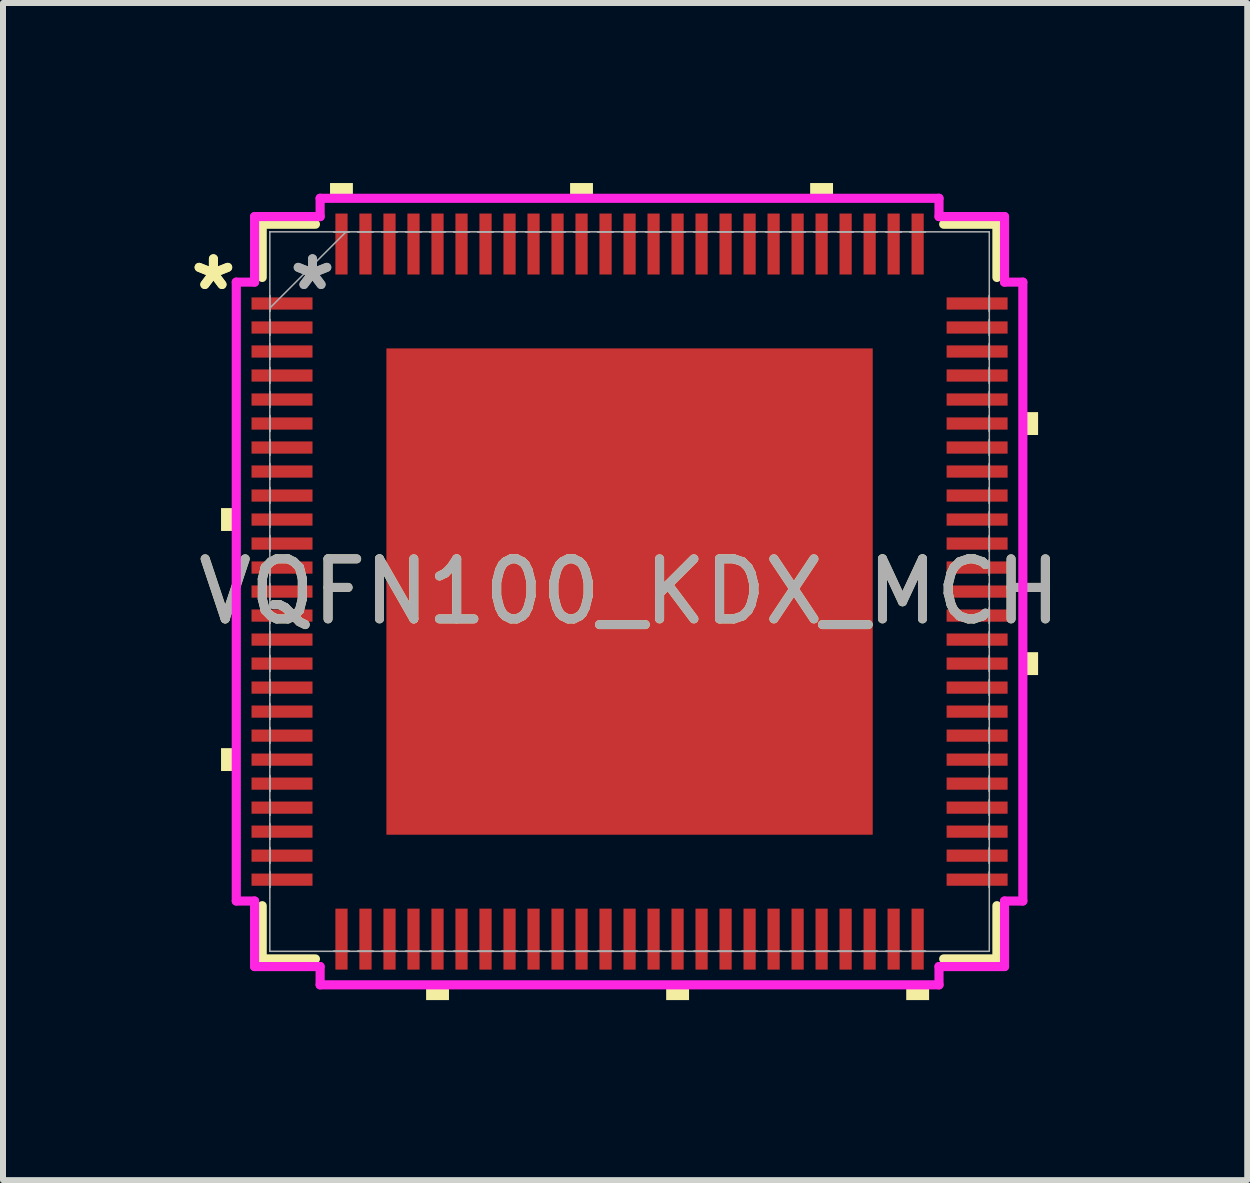
<source format=kicad_pcb>
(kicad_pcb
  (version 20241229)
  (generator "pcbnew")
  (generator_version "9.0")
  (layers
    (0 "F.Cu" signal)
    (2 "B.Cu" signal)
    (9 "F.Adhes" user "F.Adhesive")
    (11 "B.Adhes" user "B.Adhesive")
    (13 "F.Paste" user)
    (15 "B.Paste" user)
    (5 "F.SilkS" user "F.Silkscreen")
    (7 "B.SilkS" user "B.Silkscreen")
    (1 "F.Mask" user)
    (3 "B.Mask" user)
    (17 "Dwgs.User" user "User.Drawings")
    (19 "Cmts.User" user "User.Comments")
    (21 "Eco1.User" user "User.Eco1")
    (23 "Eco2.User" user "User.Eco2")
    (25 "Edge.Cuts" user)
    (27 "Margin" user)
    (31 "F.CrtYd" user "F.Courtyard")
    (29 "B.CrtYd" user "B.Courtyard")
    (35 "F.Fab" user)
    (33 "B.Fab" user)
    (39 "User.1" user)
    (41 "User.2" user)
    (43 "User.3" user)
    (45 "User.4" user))
  (footprint "VQFN100_KDX_MCH"
    (layer "F.Cu")
    (at 7.44 6.807)
    (property "Reference" "VQFN100_KDX_MCH" (at 0 0 0) (unlocked yes) (layer "F.SilkS") (effects (font (size 1 1) (thickness 0.15))))
    (attr smd)
    (fp_line (start -6.121 -6.121) (end -6.121 -5.234) (stroke (width 0.152) (type solid)) (layer "F.SilkS"))
    (fp_line (start -6.121 5.234) (end -6.121 6.121) (stroke (width 0.152) (type solid)) (layer "F.SilkS"))
    (fp_line (start -6.121 6.121) (end -5.234 6.121) (stroke (width 0.152) (type solid)) (layer "F.SilkS"))
    (fp_line (start -5.234 -6.121) (end -6.121 -6.121) (stroke (width 0.152) (type solid)) (layer "F.SilkS"))
    (fp_line (start 5.234 6.121) (end 6.121 6.121) (stroke (width 0.152) (type solid)) (layer "F.SilkS"))
    (fp_line (start 6.121 -6.121) (end 5.234 -6.121) (stroke (width 0.152) (type solid)) (layer "F.SilkS"))
    (fp_line (start 6.121 -5.234) (end 6.121 -6.121) (stroke (width 0.152) (type solid)) (layer "F.SilkS"))
    (fp_line (start 6.121 6.121) (end 6.121 5.234) (stroke (width 0.152) (type solid)) (layer "F.SilkS"))
    (fp_poly (pts (xy -6.807 -1.391) (xy -6.807 -1.01) (xy -6.553 -1.01) (xy -6.553 -1.391)) (stroke (width 0) (type solid)) (fill yes) (layer "F.SilkS"))
    (fp_poly (pts (xy -6.807 2.609) (xy -6.807 2.99) (xy -6.553 2.99) (xy -6.553 2.609)) (stroke (width 0) (type solid)) (fill yes) (layer "F.SilkS"))
    (fp_poly (pts (xy -4.991 -6.553) (xy -4.991 -6.807) (xy -4.61 -6.807) (xy -4.61 -6.553)) (stroke (width 0) (type solid)) (fill yes) (layer "F.SilkS"))
    (fp_poly (pts (xy -3.39 6.553) (xy -3.39 6.807) (xy -3.009 6.807) (xy -3.009 6.553)) (stroke (width 0) (type solid)) (fill yes) (layer "F.SilkS"))
    (fp_poly (pts (xy -0.991 -6.553) (xy -0.991 -6.807) (xy -0.61 -6.807) (xy -0.61 -6.553)) (stroke (width 0) (type solid)) (fill yes) (layer "F.SilkS"))
    (fp_poly (pts (xy 0.61 6.553) (xy 0.61 6.807) (xy 0.991 6.807) (xy 0.991 6.553)) (stroke (width 0) (type solid)) (fill yes) (layer "F.SilkS"))
    (fp_poly (pts (xy 3.009 -6.553) (xy 3.009 -6.807) (xy 3.39 -6.807) (xy 3.39 -6.553)) (stroke (width 0) (type solid)) (fill yes) (layer "F.SilkS"))
    (fp_poly (pts (xy 4.61 6.553) (xy 4.61 6.807) (xy 4.991 6.807) (xy 4.991 6.553)) (stroke (width 0) (type solid)) (fill yes) (layer "F.SilkS"))
    (fp_poly (pts (xy 6.807 -2.99) (xy 6.807 -2.609) (xy 6.553 -2.609) (xy 6.553 -2.99)) (stroke (width 0) (type solid)) (fill yes) (layer "F.SilkS"))
    (fp_poly (pts (xy 6.807 1.01) (xy 6.807 1.391) (xy 6.553 1.391) (xy 6.553 1.01)) (stroke (width 0) (type solid)) (fill yes) (layer "F.SilkS"))
    (fp_poly (pts (xy -3.951 -3.951) (xy -3.951 -2.801) (xy -2.801 -2.801) (xy -2.801 -3.951)) (stroke (width 0) (type solid)) (fill yes) (layer "F.Paste"))
    (fp_poly (pts (xy -3.951 -2.601) (xy -3.951 -1.45) (xy -2.801 -1.45) (xy -2.801 -2.601)) (stroke (width 0) (type solid)) (fill yes) (layer "F.Paste"))
    (fp_poly (pts (xy -3.951 -1.25) (xy -3.951 -0.1) (xy -2.801 -0.1) (xy -2.801 -1.25)) (stroke (width 0) (type solid)) (fill yes) (layer "F.Paste"))
    (fp_poly (pts (xy -3.951 0.1) (xy -3.951 1.25) (xy -2.801 1.25) (xy -2.801 0.1)) (stroke (width 0) (type solid)) (fill yes) (layer "F.Paste"))
    (fp_poly (pts (xy -3.951 1.45) (xy -3.951 2.601) (xy -2.801 2.601) (xy -2.801 1.45)) (stroke (width 0) (type solid)) (fill yes) (layer "F.Paste"))
    (fp_poly (pts (xy -3.951 2.801) (xy -3.951 3.951) (xy -2.801 3.951) (xy -2.801 2.801)) (stroke (width 0) (type solid)) (fill yes) (layer "F.Paste"))
    (fp_poly (pts (xy -2.601 -3.951) (xy -2.601 -2.801) (xy -1.45 -2.801) (xy -1.45 -3.951)) (stroke (width 0) (type solid)) (fill yes) (layer "F.Paste"))
    (fp_poly (pts (xy -2.601 -2.601) (xy -2.601 -1.45) (xy -1.45 -1.45) (xy -1.45 -2.601)) (stroke (width 0) (type solid)) (fill yes) (layer "F.Paste"))
    (fp_poly (pts (xy -2.601 -1.25) (xy -2.601 -0.1) (xy -1.45 -0.1) (xy -1.45 -1.25)) (stroke (width 0) (type solid)) (fill yes) (layer "F.Paste"))
    (fp_poly (pts (xy -2.601 0.1) (xy -2.601 1.25) (xy -1.45 1.25) (xy -1.45 0.1)) (stroke (width 0) (type solid)) (fill yes) (layer "F.Paste"))
    (fp_poly (pts (xy -2.601 1.45) (xy -2.601 2.601) (xy -1.45 2.601) (xy -1.45 1.45)) (stroke (width 0) (type solid)) (fill yes) (layer "F.Paste"))
    (fp_poly (pts (xy -2.601 2.801) (xy -2.601 3.951) (xy -1.45 3.951) (xy -1.45 2.801)) (stroke (width 0) (type solid)) (fill yes) (layer "F.Paste"))
    (fp_poly (pts (xy -1.25 -3.951) (xy -1.25 -2.801) (xy -0.1 -2.801) (xy -0.1 -3.951)) (stroke (width 0) (type solid)) (fill yes) (layer "F.Paste"))
    (fp_poly (pts (xy -1.25 -2.601) (xy -1.25 -1.45) (xy -0.1 -1.45) (xy -0.1 -2.601)) (stroke (width 0) (type solid)) (fill yes) (layer "F.Paste"))
    (fp_poly (pts (xy -1.25 -1.25) (xy -1.25 -0.1) (xy -0.1 -0.1) (xy -0.1 -1.25)) (stroke (width 0) (type solid)) (fill yes) (layer "F.Paste"))
    (fp_poly (pts (xy -1.25 0.1) (xy -1.25 1.25) (xy -0.1 1.25) (xy -0.1 0.1)) (stroke (width 0) (type solid)) (fill yes) (layer "F.Paste"))
    (fp_poly (pts (xy -1.25 1.45) (xy -1.25 2.601) (xy -0.1 2.601) (xy -0.1 1.45)) (stroke (width 0) (type solid)) (fill yes) (layer "F.Paste"))
    (fp_poly (pts (xy -1.25 2.801) (xy -1.25 3.951) (xy -0.1 3.951) (xy -0.1 2.801)) (stroke (width 0) (type solid)) (fill yes) (layer "F.Paste"))
    (fp_poly (pts (xy 0.1 -3.951) (xy 0.1 -2.801) (xy 1.25 -2.801) (xy 1.25 -3.951)) (stroke (width 0) (type solid)) (fill yes) (layer "F.Paste"))
    (fp_poly (pts (xy 0.1 -2.601) (xy 0.1 -1.45) (xy 1.25 -1.45) (xy 1.25 -2.601)) (stroke (width 0) (type solid)) (fill yes) (layer "F.Paste"))
    (fp_poly (pts (xy 0.1 -1.25) (xy 0.1 -0.1) (xy 1.25 -0.1) (xy 1.25 -1.25)) (stroke (width 0) (type solid)) (fill yes) (layer "F.Paste"))
    (fp_poly (pts (xy 0.1 0.1) (xy 0.1 1.25) (xy 1.25 1.25) (xy 1.25 0.1)) (stroke (width 0) (type solid)) (fill yes) (layer "F.Paste"))
    (fp_poly (pts (xy 0.1 1.45) (xy 0.1 2.601) (xy 1.25 2.601) (xy 1.25 1.45)) (stroke (width 0) (type solid)) (fill yes) (layer "F.Paste"))
    (fp_poly (pts (xy 0.1 2.801) (xy 0.1 3.951) (xy 1.25 3.951) (xy 1.25 2.801)) (stroke (width 0) (type solid)) (fill yes) (layer "F.Paste"))
    (fp_poly (pts (xy 1.45 -3.951) (xy 1.45 -2.801) (xy 2.601 -2.801) (xy 2.601 -3.951)) (stroke (width 0) (type solid)) (fill yes) (layer "F.Paste"))
    (fp_poly (pts (xy 1.45 -2.601) (xy 1.45 -1.45) (xy 2.601 -1.45) (xy 2.601 -2.601)) (stroke (width 0) (type solid)) (fill yes) (layer "F.Paste"))
    (fp_poly (pts (xy 1.45 -1.25) (xy 1.45 -0.1) (xy 2.601 -0.1) (xy 2.601 -1.25)) (stroke (width 0) (type solid)) (fill yes) (layer "F.Paste"))
    (fp_poly (pts (xy 1.45 0.1) (xy 1.45 1.25) (xy 2.601 1.25) (xy 2.601 0.1)) (stroke (width 0) (type solid)) (fill yes) (layer "F.Paste"))
    (fp_poly (pts (xy 1.45 1.45) (xy 1.45 2.601) (xy 2.601 2.601) (xy 2.601 1.45)) (stroke (width 0) (type solid)) (fill yes) (layer "F.Paste"))
    (fp_poly (pts (xy 1.45 2.801) (xy 1.45 3.951) (xy 2.601 3.951) (xy 2.601 2.801)) (stroke (width 0) (type solid)) (fill yes) (layer "F.Paste"))
    (fp_poly (pts (xy 2.801 -3.951) (xy 2.801 -2.801) (xy 3.951 -2.801) (xy 3.951 -3.951)) (stroke (width 0) (type solid)) (fill yes) (layer "F.Paste"))
    (fp_poly (pts (xy 2.801 -2.601) (xy 2.801 -1.45) (xy 3.951 -1.45) (xy 3.951 -2.601)) (stroke (width 0) (type solid)) (fill yes) (layer "F.Paste"))
    (fp_poly (pts (xy 2.801 -1.25) (xy 2.801 -0.1) (xy 3.951 -0.1) (xy 3.951 -1.25)) (stroke (width 0) (type solid)) (fill yes) (layer "F.Paste"))
    (fp_poly (pts (xy 2.801 0.1) (xy 2.801 1.25) (xy 3.951 1.25) (xy 3.951 0.1)) (stroke (width 0) (type solid)) (fill yes) (layer "F.Paste"))
    (fp_poly (pts (xy 2.801 1.45) (xy 2.801 2.601) (xy 3.951 2.601) (xy 3.951 1.45)) (stroke (width 0) (type solid)) (fill yes) (layer "F.Paste"))
    (fp_poly (pts (xy 2.801 2.801) (xy 2.801 3.951) (xy 3.951 3.951) (xy 3.951 2.801)) (stroke (width 0) (type solid)) (fill yes) (layer "F.Paste"))
    (fp_line (start -6.553 -5.156) (end -6.248 -5.156) (stroke (width 0.152) (type solid)) (layer "F.CrtYd"))
    (fp_line (start -6.553 5.156) (end -6.553 -5.156) (stroke (width 0.152) (type solid)) (layer "F.CrtYd"))
    (fp_line (start -6.248 -6.248) (end -5.156 -6.248) (stroke (width 0.152) (type solid)) (layer "F.CrtYd"))
    (fp_line (start -6.248 -5.156) (end -6.248 -6.248) (stroke (width 0.152) (type solid)) (layer "F.CrtYd"))
    (fp_line (start -6.248 5.156) (end -6.553 5.156) (stroke (width 0.152) (type solid)) (layer "F.CrtYd"))
    (fp_line (start -6.248 6.248) (end -6.248 5.156) (stroke (width 0.152) (type solid)) (layer "F.CrtYd"))
    (fp_line (start -5.156 -6.553) (end 5.156 -6.553) (stroke (width 0.152) (type solid)) (layer "F.CrtYd"))
    (fp_line (start -5.156 -6.248) (end -5.156 -6.553) (stroke (width 0.152) (type solid)) (layer "F.CrtYd"))
    (fp_line (start -5.156 6.248) (end -6.248 6.248) (stroke (width 0.152) (type solid)) (layer "F.CrtYd"))
    (fp_line (start -5.156 6.553) (end -5.156 6.248) (stroke (width 0.152) (type solid)) (layer "F.CrtYd"))
    (fp_line (start 5.156 -6.553) (end 5.156 -6.248) (stroke (width 0.152) (type solid)) (layer "F.CrtYd"))
    (fp_line (start 5.156 -6.248) (end 6.248 -6.248) (stroke (width 0.152) (type solid)) (layer "F.CrtYd"))
    (fp_line (start 5.156 6.248) (end 5.156 6.553) (stroke (width 0.152) (type solid)) (layer "F.CrtYd"))
    (fp_line (start 5.156 6.553) (end -5.156 6.553) (stroke (width 0.152) (type solid)) (layer "F.CrtYd"))
    (fp_line (start 6.248 -6.248) (end 6.248 -5.156) (stroke (width 0.152) (type solid)) (layer "F.CrtYd"))
    (fp_line (start 6.248 -5.156) (end 6.553 -5.156) (stroke (width 0.152) (type solid)) (layer "F.CrtYd"))
    (fp_line (start 6.248 5.156) (end 6.248 6.248) (stroke (width 0.152) (type solid)) (layer "F.CrtYd"))
    (fp_line (start 6.248 6.248) (end 5.156 6.248) (stroke (width 0.152) (type solid)) (layer "F.CrtYd"))
    (fp_line (start 6.553 -5.156) (end 6.553 5.156) (stroke (width 0.152) (type solid)) (layer "F.CrtYd"))
    (fp_line (start 6.553 5.156) (end 6.248 5.156) (stroke (width 0.152) (type solid)) (layer "F.CrtYd"))
    (fp_line (start -5.994 -5.994) (end -5.994 -5.994) (stroke (width 0.025) (type solid)) (layer "F.Fab"))
    (fp_line (start -5.994 -5.994) (end -5.994 5.994) (stroke (width 0.025) (type solid)) (layer "F.Fab"))
    (fp_line (start -5.994 -4.927) (end -5.994 -4.927) (stroke (width 0.025) (type solid)) (layer "F.Fab"))
    (fp_line (start -5.994 -4.927) (end -5.994 -4.673) (stroke (width 0.025) (type solid)) (layer "F.Fab"))
    (fp_line (start -5.994 -4.724) (end -4.724 -5.994) (stroke (width 0.025) (type solid)) (layer "F.Fab"))
    (fp_line (start -5.994 -4.673) (end -5.994 -4.927) (stroke (width 0.025) (type solid)) (layer "F.Fab"))
    (fp_line (start -5.994 -4.673) (end -5.994 -4.673) (stroke (width 0.025) (type solid)) (layer "F.Fab"))
    (fp_line (start -5.994 -4.527) (end -5.994 -4.527) (stroke (width 0.025) (type solid)) (layer "F.Fab"))
    (fp_line (start -5.994 -4.527) (end -5.994 -4.273) (stroke (width 0.025) (type solid)) (layer "F.Fab"))
    (fp_line (start -5.994 -4.273) (end -5.994 -4.527) (stroke (width 0.025) (type solid)) (layer "F.Fab"))
    (fp_line (start -5.994 -4.273) (end -5.994 -4.273) (stroke (width 0.025) (type solid)) (layer "F.Fab"))
    (fp_line (start -5.994 -4.127) (end -5.994 -4.127) (stroke (width 0.025) (type solid)) (layer "F.Fab"))
    (fp_line (start -5.994 -4.127) (end -5.994 -3.873) (stroke (width 0.025) (type solid)) (layer "F.Fab"))
    (fp_line (start -5.994 -3.873) (end -5.994 -4.127) (stroke (width 0.025) (type solid)) (layer "F.Fab"))
    (fp_line (start -5.994 -3.873) (end -5.994 -3.873) (stroke (width 0.025) (type solid)) (layer "F.Fab"))
    (fp_line (start -5.994 -3.727) (end -5.994 -3.727) (stroke (width 0.025) (type solid)) (layer "F.Fab"))
    (fp_line (start -5.994 -3.727) (end -5.994 -3.473) (stroke (width 0.025) (type solid)) (layer "F.Fab"))
    (fp_line (start -5.994 -3.473) (end -5.994 -3.727) (stroke (width 0.025) (type solid)) (layer "F.Fab"))
    (fp_line (start -5.994 -3.473) (end -5.994 -3.473) (stroke (width 0.025) (type solid)) (layer "F.Fab"))
    (fp_line (start -5.994 -3.327) (end -5.994 -3.327) (stroke (width 0.025) (type solid)) (layer "F.Fab"))
    (fp_line (start -5.994 -3.327) (end -5.994 -3.073) (stroke (width 0.025) (type solid)) (layer "F.Fab"))
    (fp_line (start -5.994 -3.073) (end -5.994 -3.327) (stroke (width 0.025) (type solid)) (layer "F.Fab"))
    (fp_line (start -5.994 -3.073) (end -5.994 -3.073) (stroke (width 0.025) (type solid)) (layer "F.Fab"))
    (fp_line (start -5.994 -2.927) (end -5.994 -2.927) (stroke (width 0.025) (type solid)) (layer "F.Fab"))
    (fp_line (start -5.994 -2.927) (end -5.994 -2.673) (stroke (width 0.025) (type solid)) (layer "F.Fab"))
    (fp_line (start -5.994 -2.673) (end -5.994 -2.927) (stroke (width 0.025) (type solid)) (layer "F.Fab"))
    (fp_line (start -5.994 -2.673) (end -5.994 -2.673) (stroke (width 0.025) (type solid)) (layer "F.Fab"))
    (fp_line (start -5.994 -2.527) (end -5.994 -2.527) (stroke (width 0.025) (type solid)) (layer "F.Fab"))
    (fp_line (start -5.994 -2.527) (end -5.994 -2.273) (stroke (width 0.025) (type solid)) (layer "F.Fab"))
    (fp_line (start -5.994 -2.273) (end -5.994 -2.527) (stroke (width 0.025) (type solid)) (layer "F.Fab"))
    (fp_line (start -5.994 -2.273) (end -5.994 -2.273) (stroke (width 0.025) (type solid)) (layer "F.Fab"))
    (fp_line (start -5.994 -2.127) (end -5.994 -2.127) (stroke (width 0.025) (type solid)) (layer "F.Fab"))
    (fp_line (start -5.994 -2.127) (end -5.994 -1.873) (stroke (width 0.025) (type solid)) (layer "F.Fab"))
    (fp_line (start -5.994 -1.873) (end -5.994 -2.127) (stroke (width 0.025) (type solid)) (layer "F.Fab"))
    (fp_line (start -5.994 -1.873) (end -5.994 -1.873) (stroke (width 0.025) (type solid)) (layer "F.Fab"))
    (fp_line (start -5.994 -1.727) (end -5.994 -1.727) (stroke (width 0.025) (type solid)) (layer "F.Fab"))
    (fp_line (start -5.994 -1.727) (end -5.994 -1.473) (stroke (width 0.025) (type solid)) (layer "F.Fab"))
    (fp_line (start -5.994 -1.473) (end -5.994 -1.727) (stroke (width 0.025) (type solid)) (layer "F.Fab"))
    (fp_line (start -5.994 -1.473) (end -5.994 -1.473) (stroke (width 0.025) (type solid)) (layer "F.Fab"))
    (fp_line (start -5.994 -1.327) (end -5.994 -1.327) (stroke (width 0.025) (type solid)) (layer "F.Fab"))
    (fp_line (start -5.994 -1.327) (end -5.994 -1.073) (stroke (width 0.025) (type solid)) (layer "F.Fab"))
    (fp_line (start -5.994 -1.073) (end -5.994 -1.327) (stroke (width 0.025) (type solid)) (layer "F.Fab"))
    (fp_line (start -5.994 -1.073) (end -5.994 -1.073) (stroke (width 0.025) (type solid)) (layer "F.Fab"))
    (fp_line (start -5.994 -0.927) (end -5.994 -0.927) (stroke (width 0.025) (type solid)) (layer "F.Fab"))
    (fp_line (start -5.994 -0.927) (end -5.994 -0.673) (stroke (width 0.025) (type solid)) (layer "F.Fab"))
    (fp_line (start -5.994 -0.673) (end -5.994 -0.927) (stroke (width 0.025) (type solid)) (layer "F.Fab"))
    (fp_line (start -5.994 -0.673) (end -5.994 -0.673) (stroke (width 0.025) (type solid)) (layer "F.Fab"))
    (fp_line (start -5.994 -0.527) (end -5.994 -0.527) (stroke (width 0.025) (type solid)) (layer "F.Fab"))
    (fp_line (start -5.994 -0.527) (end -5.994 -0.273) (stroke (width 0.025) (type solid)) (layer "F.Fab"))
    (fp_line (start -5.994 -0.273) (end -5.994 -0.527) (stroke (width 0.025) (type solid)) (layer "F.Fab"))
    (fp_line (start -5.994 -0.273) (end -5.994 -0.273) (stroke (width 0.025) (type solid)) (layer "F.Fab"))
    (fp_line (start -5.994 -0.127) (end -5.994 -0.127) (stroke (width 0.025) (type solid)) (layer "F.Fab"))
    (fp_line (start -5.994 -0.127) (end -5.994 0.127) (stroke (width 0.025) (type solid)) (layer "F.Fab"))
    (fp_line (start -5.994 0.127) (end -5.994 -0.127) (stroke (width 0.025) (type solid)) (layer "F.Fab"))
    (fp_line (start -5.994 0.127) (end -5.994 0.127) (stroke (width 0.025) (type solid)) (layer "F.Fab"))
    (fp_line (start -5.994 0.273) (end -5.994 0.273) (stroke (width 0.025) (type solid)) (layer "F.Fab"))
    (fp_line (start -5.994 0.273) (end -5.994 0.527) (stroke (width 0.025) (type solid)) (layer "F.Fab"))
    (fp_line (start -5.994 0.527) (end -5.994 0.273) (stroke (width 0.025) (type solid)) (layer "F.Fab"))
    (fp_line (start -5.994 0.527) (end -5.994 0.527) (stroke (width 0.025) (type solid)) (layer "F.Fab"))
    (fp_line (start -5.994 0.673) (end -5.994 0.673) (stroke (width 0.025) (type solid)) (layer "F.Fab"))
    (fp_line (start -5.994 0.673) (end -5.994 0.927) (stroke (width 0.025) (type solid)) (layer "F.Fab"))
    (fp_line (start -5.994 0.927) (end -5.994 0.673) (stroke (width 0.025) (type solid)) (layer "F.Fab"))
    (fp_line (start -5.994 0.927) (end -5.994 0.927) (stroke (width 0.025) (type solid)) (layer "F.Fab"))
    (fp_line (start -5.994 1.073) (end -5.994 1.073) (stroke (width 0.025) (type solid)) (layer "F.Fab"))
    (fp_line (start -5.994 1.073) (end -5.994 1.327) (stroke (width 0.025) (type solid)) (layer "F.Fab"))
    (fp_line (start -5.994 1.327) (end -5.994 1.073) (stroke (width 0.025) (type solid)) (layer "F.Fab"))
    (fp_line (start -5.994 1.327) (end -5.994 1.327) (stroke (width 0.025) (type solid)) (layer "F.Fab"))
    (fp_line (start -5.994 1.473) (end -5.994 1.473) (stroke (width 0.025) (type solid)) (layer "F.Fab"))
    (fp_line (start -5.994 1.473) (end -5.994 1.727) (stroke (width 0.025) (type solid)) (layer "F.Fab"))
    (fp_line (start -5.994 1.727) (end -5.994 1.473) (stroke (width 0.025) (type solid)) (layer "F.Fab"))
    (fp_line (start -5.994 1.727) (end -5.994 1.727) (stroke (width 0.025) (type solid)) (layer "F.Fab"))
    (fp_line (start -5.994 1.873) (end -5.994 1.873) (stroke (width 0.025) (type solid)) (layer "F.Fab"))
    (fp_line (start -5.994 1.873) (end -5.994 2.127) (stroke (width 0.025) (type solid)) (layer "F.Fab"))
    (fp_line (start -5.994 2.127) (end -5.994 1.873) (stroke (width 0.025) (type solid)) (layer "F.Fab"))
    (fp_line (start -5.994 2.127) (end -5.994 2.127) (stroke (width 0.025) (type solid)) (layer "F.Fab"))
    (fp_line (start -5.994 2.273) (end -5.994 2.273) (stroke (width 0.025) (type solid)) (layer "F.Fab"))
    (fp_line (start -5.994 2.273) (end -5.994 2.527) (stroke (width 0.025) (type solid)) (layer "F.Fab"))
    (fp_line (start -5.994 2.527) (end -5.994 2.273) (stroke (width 0.025) (type solid)) (layer "F.Fab"))
    (fp_line (start -5.994 2.527) (end -5.994 2.527) (stroke (width 0.025) (type solid)) (layer "F.Fab"))
    (fp_line (start -5.994 2.673) (end -5.994 2.673) (stroke (width 0.025) (type solid)) (layer "F.Fab"))
    (fp_line (start -5.994 2.673) (end -5.994 2.927) (stroke (width 0.025) (type solid)) (layer "F.Fab"))
    (fp_line (start -5.994 2.927) (end -5.994 2.673) (stroke (width 0.025) (type solid)) (layer "F.Fab"))
    (fp_line (start -5.994 2.927) (end -5.994 2.927) (stroke (width 0.025) (type solid)) (layer "F.Fab"))
    (fp_line (start -5.994 3.073) (end -5.994 3.073) (stroke (width 0.025) (type solid)) (layer "F.Fab"))
    (fp_line (start -5.994 3.073) (end -5.994 3.327) (stroke (width 0.025) (type solid)) (layer "F.Fab"))
    (fp_line (start -5.994 3.327) (end -5.994 3.073) (stroke (width 0.025) (type solid)) (layer "F.Fab"))
    (fp_line (start -5.994 3.327) (end -5.994 3.327) (stroke (width 0.025) (type solid)) (layer "F.Fab"))
    (fp_line (start -5.994 3.473) (end -5.994 3.473) (stroke (width 0.025) (type solid)) (layer "F.Fab"))
    (fp_line (start -5.994 3.473) (end -5.994 3.727) (stroke (width 0.025) (type solid)) (layer "F.Fab"))
    (fp_line (start -5.994 3.727) (end -5.994 3.473) (stroke (width 0.025) (type solid)) (layer "F.Fab"))
    (fp_line (start -5.994 3.727) (end -5.994 3.727) (stroke (width 0.025) (type solid)) (layer "F.Fab"))
    (fp_line (start -5.994 3.873) (end -5.994 3.873) (stroke (width 0.025) (type solid)) (layer "F.Fab"))
    (fp_line (start -5.994 3.873) (end -5.994 4.127) (stroke (width 0.025) (type solid)) (layer "F.Fab"))
    (fp_line (start -5.994 4.127) (end -5.994 3.873) (stroke (width 0.025) (type solid)) (layer "F.Fab"))
    (fp_line (start -5.994 4.127) (end -5.994 4.127) (stroke (width 0.025) (type solid)) (layer "F.Fab"))
    (fp_line (start -5.994 4.273) (end -5.994 4.273) (stroke (width 0.025) (type solid)) (layer "F.Fab"))
    (fp_line (start -5.994 4.273) (end -5.994 4.527) (stroke (width 0.025) (type solid)) (layer "F.Fab"))
    (fp_line (start -5.994 4.527) (end -5.994 4.273) (stroke (width 0.025) (type solid)) (layer "F.Fab"))
    (fp_line (start -5.994 4.527) (end -5.994 4.527) (stroke (width 0.025) (type solid)) (layer "F.Fab"))
    (fp_line (start -5.994 4.673) (end -5.994 4.673) (stroke (width 0.025) (type solid)) (layer "F.Fab"))
    (fp_line (start -5.994 4.673) (end -5.994 4.927) (stroke (width 0.025) (type solid)) (layer "F.Fab"))
    (fp_line (start -5.994 4.927) (end -5.994 4.673) (stroke (width 0.025) (type solid)) (layer "F.Fab"))
    (fp_line (start -5.994 4.927) (end -5.994 4.927) (stroke (width 0.025) (type solid)) (layer "F.Fab"))
    (fp_line (start -5.994 5.994) (end -5.994 5.994) (stroke (width 0.025) (type solid)) (layer "F.Fab"))
    (fp_line (start -5.994 5.994) (end 5.994 5.994) (stroke (width 0.025) (type solid)) (layer "F.Fab"))
    (fp_line (start -4.927 5.994) (end -4.927 5.994) (stroke (width 0.025) (type solid)) (layer "F.Fab"))
    (fp_line (start -4.927 5.994) (end -4.673 5.994) (stroke (width 0.025) (type solid)) (layer "F.Fab"))
    (fp_line (start -4.927 -5.994) (end -4.927 -5.994) (stroke (width 0.025) (type solid)) (layer "F.Fab"))
    (fp_line (start -4.927 -5.994) (end -4.673 -5.994) (stroke (width 0.025) (type solid)) (layer "F.Fab"))
    (fp_line (start -4.673 5.994) (end -4.927 5.994) (stroke (width 0.025) (type solid)) (layer "F.Fab"))
    (fp_line (start -4.673 5.994) (end -4.673 5.994) (stroke (width 0.025) (type solid)) (layer "F.Fab"))
    (fp_line (start -4.673 -5.994) (end -4.927 -5.994) (stroke (width 0.025) (type solid)) (layer "F.Fab"))
    (fp_line (start -4.673 -5.994) (end -4.673 -5.994) (stroke (width 0.025) (type solid)) (layer "F.Fab"))
    (fp_line (start -4.527 5.994) (end -4.527 5.994) (stroke (width 0.025) (type solid)) (layer "F.Fab"))
    (fp_line (start -4.527 5.994) (end -4.273 5.994) (stroke (width 0.025) (type solid)) (layer "F.Fab"))
    (fp_line (start -4.527 -5.994) (end -4.527 -5.994) (stroke (width 0.025) (type solid)) (layer "F.Fab"))
    (fp_line (start -4.527 -5.994) (end -4.273 -5.994) (stroke (width 0.025) (type solid)) (layer "F.Fab"))
    (fp_line (start -4.273 5.994) (end -4.527 5.994) (stroke (width 0.025) (type solid)) (layer "F.Fab"))
    (fp_line (start -4.273 5.994) (end -4.273 5.994) (stroke (width 0.025) (type solid)) (layer "F.Fab"))
    (fp_line (start -4.273 -5.994) (end -4.527 -5.994) (stroke (width 0.025) (type solid)) (layer "F.Fab"))
    (fp_line (start -4.273 -5.994) (end -4.273 -5.994) (stroke (width 0.025) (type solid)) (layer "F.Fab"))
    (fp_line (start -4.127 5.994) (end -4.127 5.994) (stroke (width 0.025) (type solid)) (layer "F.Fab"))
    (fp_line (start -4.127 5.994) (end -3.873 5.994) (stroke (width 0.025) (type solid)) (layer "F.Fab"))
    (fp_line (start -4.127 -5.994) (end -4.127 -5.994) (stroke (width 0.025) (type solid)) (layer "F.Fab"))
    (fp_line (start -4.127 -5.994) (end -3.873 -5.994) (stroke (width 0.025) (type solid)) (layer "F.Fab"))
    (fp_line (start -3.873 5.994) (end -4.127 5.994) (stroke (width 0.025) (type solid)) (layer "F.Fab"))
    (fp_line (start -3.873 5.994) (end -3.873 5.994) (stroke (width 0.025) (type solid)) (layer "F.Fab"))
    (fp_line (start -3.873 -5.994) (end -4.127 -5.994) (stroke (width 0.025) (type solid)) (layer "F.Fab"))
    (fp_line (start -3.873 -5.994) (end -3.873 -5.994) (stroke (width 0.025) (type solid)) (layer "F.Fab"))
    (fp_line (start -3.727 5.994) (end -3.727 5.994) (stroke (width 0.025) (type solid)) (layer "F.Fab"))
    (fp_line (start -3.727 5.994) (end -3.473 5.994) (stroke (width 0.025) (type solid)) (layer "F.Fab"))
    (fp_line (start -3.727 -5.994) (end -3.727 -5.994) (stroke (width 0.025) (type solid)) (layer "F.Fab"))
    (fp_line (start -3.727 -5.994) (end -3.473 -5.994) (stroke (width 0.025) (type solid)) (layer "F.Fab"))
    (fp_line (start -3.473 5.994) (end -3.727 5.994) (stroke (width 0.025) (type solid)) (layer "F.Fab"))
    (fp_line (start -3.473 5.994) (end -3.473 5.994) (stroke (width 0.025) (type solid)) (layer "F.Fab"))
    (fp_line (start -3.473 -5.994) (end -3.727 -5.994) (stroke (width 0.025) (type solid)) (layer "F.Fab"))
    (fp_line (start -3.473 -5.994) (end -3.473 -5.994) (stroke (width 0.025) (type solid)) (layer "F.Fab"))
    (fp_line (start -3.327 5.994) (end -3.327 5.994) (stroke (width 0.025) (type solid)) (layer "F.Fab"))
    (fp_line (start -3.327 5.994) (end -3.073 5.994) (stroke (width 0.025) (type solid)) (layer "F.Fab"))
    (fp_line (start -3.327 -5.994) (end -3.327 -5.994) (stroke (width 0.025) (type solid)) (layer "F.Fab"))
    (fp_line (start -3.327 -5.994) (end -3.073 -5.994) (stroke (width 0.025) (type solid)) (layer "F.Fab"))
    (fp_line (start -3.073 5.994) (end -3.327 5.994) (stroke (width 0.025) (type solid)) (layer "F.Fab"))
    (fp_line (start -3.073 5.994) (end -3.073 5.994) (stroke (width 0.025) (type solid)) (layer "F.Fab"))
    (fp_line (start -3.073 -5.994) (end -3.327 -5.994) (stroke (width 0.025) (type solid)) (layer "F.Fab"))
    (fp_line (start -3.073 -5.994) (end -3.073 -5.994) (stroke (width 0.025) (type solid)) (layer "F.Fab"))
    (fp_line (start -2.927 5.994) (end -2.927 5.994) (stroke (width 0.025) (type solid)) (layer "F.Fab"))
    (fp_line (start -2.927 5.994) (end -2.673 5.994) (stroke (width 0.025) (type solid)) (layer "F.Fab"))
    (fp_line (start -2.927 -5.994) (end -2.927 -5.994) (stroke (width 0.025) (type solid)) (layer "F.Fab"))
    (fp_line (start -2.927 -5.994) (end -2.673 -5.994) (stroke (width 0.025) (type solid)) (layer "F.Fab"))
    (fp_line (start -2.673 5.994) (end -2.927 5.994) (stroke (width 0.025) (type solid)) (layer "F.Fab"))
    (fp_line (start -2.673 5.994) (end -2.673 5.994) (stroke (width 0.025) (type solid)) (layer "F.Fab"))
    (fp_line (start -2.673 -5.994) (end -2.927 -5.994) (stroke (width 0.025) (type solid)) (layer "F.Fab"))
    (fp_line (start -2.673 -5.994) (end -2.673 -5.994) (stroke (width 0.025) (type solid)) (layer "F.Fab"))
    (fp_line (start -2.527 -5.994) (end -2.527 -5.994) (stroke (width 0.025) (type solid)) (layer "F.Fab"))
    (fp_line (start -2.527 -5.994) (end -2.273 -5.994) (stroke (width 0.025) (type solid)) (layer "F.Fab"))
    (fp_line (start -2.527 5.994) (end -2.527 5.994) (stroke (width 0.025) (type solid)) (layer "F.Fab"))
    (fp_line (start -2.527 5.994) (end -2.273 5.994) (stroke (width 0.025) (type solid)) (layer "F.Fab"))
    (fp_line (start -2.273 -5.994) (end -2.527 -5.994) (stroke (width 0.025) (type solid)) (layer "F.Fab"))
    (fp_line (start -2.273 -5.994) (end -2.273 -5.994) (stroke (width 0.025) (type solid)) (layer "F.Fab"))
    (fp_line (start -2.273 5.994) (end -2.527 5.994) (stroke (width 0.025) (type solid)) (layer "F.Fab"))
    (fp_line (start -2.273 5.994) (end -2.273 5.994) (stroke (width 0.025) (type solid)) (layer "F.Fab"))
    (fp_line (start -2.127 -5.994) (end -2.127 -5.994) (stroke (width 0.025) (type solid)) (layer "F.Fab"))
    (fp_line (start -2.127 -5.994) (end -1.873 -5.994) (stroke (width 0.025) (type solid)) (layer "F.Fab"))
    (fp_line (start -2.127 5.994) (end -2.127 5.994) (stroke (width 0.025) (type solid)) (layer "F.Fab"))
    (fp_line (start -2.127 5.994) (end -1.873 5.994) (stroke (width 0.025) (type solid)) (layer "F.Fab"))
    (fp_line (start -1.873 -5.994) (end -2.127 -5.994) (stroke (width 0.025) (type solid)) (layer "F.Fab"))
    (fp_line (start -1.873 -5.994) (end -1.873 -5.994) (stroke (width 0.025) (type solid)) (layer "F.Fab"))
    (fp_line (start -1.873 5.994) (end -2.127 5.994) (stroke (width 0.025) (type solid)) (layer "F.Fab"))
    (fp_line (start -1.873 5.994) (end -1.873 5.994) (stroke (width 0.025) (type solid)) (layer "F.Fab"))
    (fp_line (start -1.727 -5.994) (end -1.727 -5.994) (stroke (width 0.025) (type solid)) (layer "F.Fab"))
    (fp_line (start -1.727 -5.994) (end -1.473 -5.994) (stroke (width 0.025) (type solid)) (layer "F.Fab"))
    (fp_line (start -1.727 5.994) (end -1.727 5.994) (stroke (width 0.025) (type solid)) (layer "F.Fab"))
    (fp_line (start -1.727 5.994) (end -1.473 5.994) (stroke (width 0.025) (type solid)) (layer "F.Fab"))
    (fp_line (start -1.473 -5.994) (end -1.727 -5.994) (stroke (width 0.025) (type solid)) (layer "F.Fab"))
    (fp_line (start -1.473 -5.994) (end -1.473 -5.994) (stroke (width 0.025) (type solid)) (layer "F.Fab"))
    (fp_line (start -1.473 5.994) (end -1.727 5.994) (stroke (width 0.025) (type solid)) (layer "F.Fab"))
    (fp_line (start -1.473 5.994) (end -1.473 5.994) (stroke (width 0.025) (type solid)) (layer "F.Fab"))
    (fp_line (start -1.327 -5.994) (end -1.327 -5.994) (stroke (width 0.025) (type solid)) (layer "F.Fab"))
    (fp_line (start -1.327 -5.994) (end -1.073 -5.994) (stroke (width 0.025) (type solid)) (layer "F.Fab"))
    (fp_line (start -1.327 5.994) (end -1.327 5.994) (stroke (width 0.025) (type solid)) (layer "F.Fab"))
    (fp_line (start -1.327 5.994) (end -1.073 5.994) (stroke (width 0.025) (type solid)) (layer "F.Fab"))
    (fp_line (start -1.073 -5.994) (end -1.327 -5.994) (stroke (width 0.025) (type solid)) (layer "F.Fab"))
    (fp_line (start -1.073 -5.994) (end -1.073 -5.994) (stroke (width 0.025) (type solid)) (layer "F.Fab"))
    (fp_line (start -1.073 5.994) (end -1.327 5.994) (stroke (width 0.025) (type solid)) (layer "F.Fab"))
    (fp_line (start -1.073 5.994) (end -1.073 5.994) (stroke (width 0.025) (type solid)) (layer "F.Fab"))
    (fp_line (start -0.927 -5.994) (end -0.927 -5.994) (stroke (width 0.025) (type solid)) (layer "F.Fab"))
    (fp_line (start -0.927 -5.994) (end -0.673 -5.994) (stroke (width 0.025) (type solid)) (layer "F.Fab"))
    (fp_line (start -0.927 5.994) (end -0.927 5.994) (stroke (width 0.025) (type solid)) (layer "F.Fab"))
    (fp_line (start -0.927 5.994) (end -0.673 5.994) (stroke (width 0.025) (type solid)) (layer "F.Fab"))
    (fp_line (start -0.673 -5.994) (end -0.927 -5.994) (stroke (width 0.025) (type solid)) (layer "F.Fab"))
    (fp_line (start -0.673 -5.994) (end -0.673 -5.994) (stroke (width 0.025) (type solid)) (layer "F.Fab"))
    (fp_line (start -0.673 5.994) (end -0.927 5.994) (stroke (width 0.025) (type solid)) (layer "F.Fab"))
    (fp_line (start -0.673 5.994) (end -0.673 5.994) (stroke (width 0.025) (type solid)) (layer "F.Fab"))
    (fp_line (start -0.527 -5.994) (end -0.527 -5.994) (stroke (width 0.025) (type solid)) (layer "F.Fab"))
    (fp_line (start -0.527 -5.994) (end -0.273 -5.994) (stroke (width 0.025) (type solid)) (layer "F.Fab"))
    (fp_line (start -0.527 5.994) (end -0.527 5.994) (stroke (width 0.025) (type solid)) (layer "F.Fab"))
    (fp_line (start -0.527 5.994) (end -0.273 5.994) (stroke (width 0.025) (type solid)) (layer "F.Fab"))
    (fp_line (start -0.273 -5.994) (end -0.527 -5.994) (stroke (width 0.025) (type solid)) (layer "F.Fab"))
    (fp_line (start -0.273 -5.994) (end -0.273 -5.994) (stroke (width 0.025) (type solid)) (layer "F.Fab"))
    (fp_line (start -0.273 5.994) (end -0.527 5.994) (stroke (width 0.025) (type solid)) (layer "F.Fab"))
    (fp_line (start -0.273 5.994) (end -0.273 5.994) (stroke (width 0.025) (type solid)) (layer "F.Fab"))
    (fp_line (start -0.127 -5.994) (end -0.127 -5.994) (stroke (width 0.025) (type solid)) (layer "F.Fab"))
    (fp_line (start -0.127 -5.994) (end 0.127 -5.994) (stroke (width 0.025) (type solid)) (layer "F.Fab"))
    (fp_line (start -0.127 5.994) (end -0.127 5.994) (stroke (width 0.025) (type solid)) (layer "F.Fab"))
    (fp_line (start -0.127 5.994) (end 0.127 5.994) (stroke (width 0.025) (type solid)) (layer "F.Fab"))
    (fp_line (start 0.127 -5.994) (end -0.127 -5.994) (stroke (width 0.025) (type solid)) (layer "F.Fab"))
    (fp_line (start 0.127 -5.994) (end 0.127 -5.994) (stroke (width 0.025) (type solid)) (layer "F.Fab"))
    (fp_line (start 0.127 5.994) (end -0.127 5.994) (stroke (width 0.025) (type solid)) (layer "F.Fab"))
    (fp_line (start 0.127 5.994) (end 0.127 5.994) (stroke (width 0.025) (type solid)) (layer "F.Fab"))
    (fp_line (start 0.273 -5.994) (end 0.273 -5.994) (stroke (width 0.025) (type solid)) (layer "F.Fab"))
    (fp_line (start 0.273 -5.994) (end 0.527 -5.994) (stroke (width 0.025) (type solid)) (layer "F.Fab"))
    (fp_line (start 0.273 5.994) (end 0.273 5.994) (stroke (width 0.025) (type solid)) (layer "F.Fab"))
    (fp_line (start 0.273 5.994) (end 0.527 5.994) (stroke (width 0.025) (type solid)) (layer "F.Fab"))
    (fp_line (start 0.527 -5.994) (end 0.273 -5.994) (stroke (width 0.025) (type solid)) (layer "F.Fab"))
    (fp_line (start 0.527 -5.994) (end 0.527 -5.994) (stroke (width 0.025) (type solid)) (layer "F.Fab"))
    (fp_line (start 0.527 5.994) (end 0.273 5.994) (stroke (width 0.025) (type solid)) (layer "F.Fab"))
    (fp_line (start 0.527 5.994) (end 0.527 5.994) (stroke (width 0.025) (type solid)) (layer "F.Fab"))
    (fp_line (start 0.673 -5.994) (end 0.673 -5.994) (stroke (width 0.025) (type solid)) (layer "F.Fab"))
    (fp_line (start 0.673 -5.994) (end 0.927 -5.994) (stroke (width 0.025) (type solid)) (layer "F.Fab"))
    (fp_line (start 0.673 5.994) (end 0.673 5.994) (stroke (width 0.025) (type solid)) (layer "F.Fab"))
    (fp_line (start 0.673 5.994) (end 0.927 5.994) (stroke (width 0.025) (type solid)) (layer "F.Fab"))
    (fp_line (start 0.927 -5.994) (end 0.673 -5.994) (stroke (width 0.025) (type solid)) (layer "F.Fab"))
    (fp_line (start 0.927 -5.994) (end 0.927 -5.994) (stroke (width 0.025) (type solid)) (layer "F.Fab"))
    (fp_line (start 0.927 5.994) (end 0.673 5.994) (stroke (width 0.025) (type solid)) (layer "F.Fab"))
    (fp_line (start 0.927 5.994) (end 0.927 5.994) (stroke (width 0.025) (type solid)) (layer "F.Fab"))
    (fp_line (start 1.073 -5.994) (end 1.073 -5.994) (stroke (width 0.025) (type solid)) (layer "F.Fab"))
    (fp_line (start 1.073 -5.994) (end 1.327 -5.994) (stroke (width 0.025) (type solid)) (layer "F.Fab"))
    (fp_line (start 1.073 5.994) (end 1.073 5.994) (stroke (width 0.025) (type solid)) (layer "F.Fab"))
    (fp_line (start 1.073 5.994) (end 1.327 5.994) (stroke (width 0.025) (type solid)) (layer "F.Fab"))
    (fp_line (start 1.327 -5.994) (end 1.073 -5.994) (stroke (width 0.025) (type solid)) (layer "F.Fab"))
    (fp_line (start 1.327 -5.994) (end 1.327 -5.994) (stroke (width 0.025) (type solid)) (layer "F.Fab"))
    (fp_line (start 1.327 5.994) (end 1.073 5.994) (stroke (width 0.025) (type solid)) (layer "F.Fab"))
    (fp_line (start 1.327 5.994) (end 1.327 5.994) (stroke (width 0.025) (type solid)) (layer "F.Fab"))
    (fp_line (start 1.473 -5.994) (end 1.473 -5.994) (stroke (width 0.025) (type solid)) (layer "F.Fab"))
    (fp_line (start 1.473 -5.994) (end 1.727 -5.994) (stroke (width 0.025) (type solid)) (layer "F.Fab"))
    (fp_line (start 1.473 5.994) (end 1.473 5.994) (stroke (width 0.025) (type solid)) (layer "F.Fab"))
    (fp_line (start 1.473 5.994) (end 1.727 5.994) (stroke (width 0.025) (type solid)) (layer "F.Fab"))
    (fp_line (start 1.727 -5.994) (end 1.473 -5.994) (stroke (width 0.025) (type solid)) (layer "F.Fab"))
    (fp_line (start 1.727 -5.994) (end 1.727 -5.994) (stroke (width 0.025) (type solid)) (layer "F.Fab"))
    (fp_line (start 1.727 5.994) (end 1.473 5.994) (stroke (width 0.025) (type solid)) (layer "F.Fab"))
    (fp_line (start 1.727 5.994) (end 1.727 5.994) (stroke (width 0.025) (type solid)) (layer "F.Fab"))
    (fp_line (start 1.873 -5.994) (end 1.873 -5.994) (stroke (width 0.025) (type solid)) (layer "F.Fab"))
    (fp_line (start 1.873 -5.994) (end 2.127 -5.994) (stroke (width 0.025) (type solid)) (layer "F.Fab"))
    (fp_line (start 1.873 5.994) (end 1.873 5.994) (stroke (width 0.025) (type solid)) (layer "F.Fab"))
    (fp_line (start 1.873 5.994) (end 2.127 5.994) (stroke (width 0.025) (type solid)) (layer "F.Fab"))
    (fp_line (start 2.127 -5.994) (end 1.873 -5.994) (stroke (width 0.025) (type solid)) (layer "F.Fab"))
    (fp_line (start 2.127 -5.994) (end 2.127 -5.994) (stroke (width 0.025) (type solid)) (layer "F.Fab"))
    (fp_line (start 2.127 5.994) (end 1.873 5.994) (stroke (width 0.025) (type solid)) (layer "F.Fab"))
    (fp_line (start 2.127 5.994) (end 2.127 5.994) (stroke (width 0.025) (type solid)) (layer "F.Fab"))
    (fp_line (start 2.273 -5.994) (end 2.273 -5.994) (stroke (width 0.025) (type solid)) (layer "F.Fab"))
    (fp_line (start 2.273 -5.994) (end 2.527 -5.994) (stroke (width 0.025) (type solid)) (layer "F.Fab"))
    (fp_line (start 2.273 5.994) (end 2.273 5.994) (stroke (width 0.025) (type solid)) (layer "F.Fab"))
    (fp_line (start 2.273 5.994) (end 2.527 5.994) (stroke (width 0.025) (type solid)) (layer "F.Fab"))
    (fp_line (start 2.527 -5.994) (end 2.273 -5.994) (stroke (width 0.025) (type solid)) (layer "F.Fab"))
    (fp_line (start 2.527 -5.994) (end 2.527 -5.994) (stroke (width 0.025) (type solid)) (layer "F.Fab"))
    (fp_line (start 2.527 5.994) (end 2.273 5.994) (stroke (width 0.025) (type solid)) (layer "F.Fab"))
    (fp_line (start 2.527 5.994) (end 2.527 5.994) (stroke (width 0.025) (type solid)) (layer "F.Fab"))
    (fp_line (start 2.673 5.994) (end 2.673 5.994) (stroke (width 0.025) (type solid)) (layer "F.Fab"))
    (fp_line (start 2.673 5.994) (end 2.927 5.994) (stroke (width 0.025) (type solid)) (layer "F.Fab"))
    (fp_line (start 2.673 -5.994) (end 2.673 -5.994) (stroke (width 0.025) (type solid)) (layer "F.Fab"))
    (fp_line (start 2.673 -5.994) (end 2.927 -5.994) (stroke (width 0.025) (type solid)) (layer "F.Fab"))
    (fp_line (start 2.927 5.994) (end 2.673 5.994) (stroke (width 0.025) (type solid)) (layer "F.Fab"))
    (fp_line (start 2.927 5.994) (end 2.927 5.994) (stroke (width 0.025) (type solid)) (layer "F.Fab"))
    (fp_line (start 2.927 -5.994) (end 2.673 -5.994) (stroke (width 0.025) (type solid)) (layer "F.Fab"))
    (fp_line (start 2.927 -5.994) (end 2.927 -5.994) (stroke (width 0.025) (type solid)) (layer "F.Fab"))
    (fp_line (start 3.073 5.994) (end 3.073 5.994) (stroke (width 0.025) (type solid)) (layer "F.Fab"))
    (fp_line (start 3.073 5.994) (end 3.327 5.994) (stroke (width 0.025) (type solid)) (layer "F.Fab"))
    (fp_line (start 3.073 -5.994) (end 3.073 -5.994) (stroke (width 0.025) (type solid)) (layer "F.Fab"))
    (fp_line (start 3.073 -5.994) (end 3.327 -5.994) (stroke (width 0.025) (type solid)) (layer "F.Fab"))
    (fp_line (start 3.327 5.994) (end 3.073 5.994) (stroke (width 0.025) (type solid)) (layer "F.Fab"))
    (fp_line (start 3.327 5.994) (end 3.327 5.994) (stroke (width 0.025) (type solid)) (layer "F.Fab"))
    (fp_line (start 3.327 -5.994) (end 3.073 -5.994) (stroke (width 0.025) (type solid)) (layer "F.Fab"))
    (fp_line (start 3.327 -5.994) (end 3.327 -5.994) (stroke (width 0.025) (type solid)) (layer "F.Fab"))
    (fp_line (start 3.473 5.994) (end 3.473 5.994) (stroke (width 0.025) (type solid)) (layer "F.Fab"))
    (fp_line (start 3.473 5.994) (end 3.727 5.994) (stroke (width 0.025) (type solid)) (layer "F.Fab"))
    (fp_line (start 3.473 -5.994) (end 3.473 -5.994) (stroke (width 0.025) (type solid)) (layer "F.Fab"))
    (fp_line (start 3.473 -5.994) (end 3.727 -5.994) (stroke (width 0.025) (type solid)) (layer "F.Fab"))
    (fp_line (start 3.727 5.994) (end 3.473 5.994) (stroke (width 0.025) (type solid)) (layer "F.Fab"))
    (fp_line (start 3.727 5.994) (end 3.727 5.994) (stroke (width 0.025) (type solid)) (layer "F.Fab"))
    (fp_line (start 3.727 -5.994) (end 3.473 -5.994) (stroke (width 0.025) (type solid)) (layer "F.Fab"))
    (fp_line (start 3.727 -5.994) (end 3.727 -5.994) (stroke (width 0.025) (type solid)) (layer "F.Fab"))
    (fp_line (start 3.873 5.994) (end 3.873 5.994) (stroke (width 0.025) (type solid)) (layer "F.Fab"))
    (fp_line (start 3.873 5.994) (end 4.127 5.994) (stroke (width 0.025) (type solid)) (layer "F.Fab"))
    (fp_line (start 3.873 -5.994) (end 3.873 -5.994) (stroke (width 0.025) (type solid)) (layer "F.Fab"))
    (fp_line (start 3.873 -5.994) (end 4.127 -5.994) (stroke (width 0.025) (type solid)) (layer "F.Fab"))
    (fp_line (start 4.127 5.994) (end 3.873 5.994) (stroke (width 0.025) (type solid)) (layer "F.Fab"))
    (fp_line (start 4.127 5.994) (end 4.127 5.994) (stroke (width 0.025) (type solid)) (layer "F.Fab"))
    (fp_line (start 4.127 -5.994) (end 3.873 -5.994) (stroke (width 0.025) (type solid)) (layer "F.Fab"))
    (fp_line (start 4.127 -5.994) (end 4.127 -5.994) (stroke (width 0.025) (type solid)) (layer "F.Fab"))
    (fp_line (start 4.273 5.994) (end 4.273 5.994) (stroke (width 0.025) (type solid)) (layer "F.Fab"))
    (fp_line (start 4.273 5.994) (end 4.527 5.994) (stroke (width 0.025) (type solid)) (layer "F.Fab"))
    (fp_line (start 4.273 -5.994) (end 4.273 -5.994) (stroke (width 0.025) (type solid)) (layer "F.Fab"))
    (fp_line (start 4.273 -5.994) (end 4.527 -5.994) (stroke (width 0.025) (type solid)) (layer "F.Fab"))
    (fp_line (start 4.527 5.994) (end 4.273 5.994) (stroke (width 0.025) (type solid)) (layer "F.Fab"))
    (fp_line (start 4.527 5.994) (end 4.527 5.994) (stroke (width 0.025) (type solid)) (layer "F.Fab"))
    (fp_line (start 4.527 -5.994) (end 4.273 -5.994) (stroke (width 0.025) (type solid)) (layer "F.Fab"))
    (fp_line (start 4.527 -5.994) (end 4.527 -5.994) (stroke (width 0.025) (type solid)) (layer "F.Fab"))
    (fp_line (start 4.673 5.994) (end 4.673 5.994) (stroke (width 0.025) (type solid)) (layer "F.Fab"))
    (fp_line (start 4.673 5.994) (end 4.927 5.994) (stroke (width 0.025) (type solid)) (layer "F.Fab"))
    (fp_line (start 4.673 -5.994) (end 4.673 -5.994) (stroke (width 0.025) (type solid)) (layer "F.Fab"))
    (fp_line (start 4.673 -5.994) (end 4.927 -5.994) (stroke (width 0.025) (type solid)) (layer "F.Fab"))
    (fp_line (start 4.927 5.994) (end 4.673 5.994) (stroke (width 0.025) (type solid)) (layer "F.Fab"))
    (fp_line (start 4.927 5.994) (end 4.927 5.994) (stroke (width 0.025) (type solid)) (layer "F.Fab"))
    (fp_line (start 4.927 -5.994) (end 4.673 -5.994) (stroke (width 0.025) (type solid)) (layer "F.Fab"))
    (fp_line (start 4.927 -5.994) (end 4.927 -5.994) (stroke (width 0.025) (type solid)) (layer "F.Fab"))
    (fp_line (start 5.994 -5.994) (end -5.994 -5.994) (stroke (width 0.025) (type solid)) (layer "F.Fab"))
    (fp_line (start 5.994 -5.994) (end 5.994 -5.994) (stroke (width 0.025) (type solid)) (layer "F.Fab"))
    (fp_line (start 5.994 -4.927) (end 5.994 -4.927) (stroke (width 0.025) (type solid)) (layer "F.Fab"))
    (fp_line (start 5.994 -4.927) (end 5.994 -4.673) (stroke (width 0.025) (type solid)) (layer "F.Fab"))
    (fp_line (start 5.994 -4.673) (end 5.994 -4.927) (stroke (width 0.025) (type solid)) (layer "F.Fab"))
    (fp_line (start 5.994 -4.673) (end 5.994 -4.673) (stroke (width 0.025) (type solid)) (layer "F.Fab"))
    (fp_line (start 5.994 -4.527) (end 5.994 -4.527) (stroke (width 0.025) (type solid)) (layer "F.Fab"))
    (fp_line (start 5.994 -4.527) (end 5.994 -4.273) (stroke (width 0.025) (type solid)) (layer "F.Fab"))
    (fp_line (start 5.994 -4.273) (end 5.994 -4.527) (stroke (width 0.025) (type solid)) (layer "F.Fab"))
    (fp_line (start 5.994 -4.273) (end 5.994 -4.273) (stroke (width 0.025) (type solid)) (layer "F.Fab"))
    (fp_line (start 5.994 -4.127) (end 5.994 -4.127) (stroke (width 0.025) (type solid)) (layer "F.Fab"))
    (fp_line (start 5.994 -4.127) (end 5.994 -3.873) (stroke (width 0.025) (type solid)) (layer "F.Fab"))
    (fp_line (start 5.994 -3.873) (end 5.994 -4.127) (stroke (width 0.025) (type solid)) (layer "F.Fab"))
    (fp_line (start 5.994 -3.873) (end 5.994 -3.873) (stroke (width 0.025) (type solid)) (layer "F.Fab"))
    (fp_line (start 5.994 -3.727) (end 5.994 -3.727) (stroke (width 0.025) (type solid)) (layer "F.Fab"))
    (fp_line (start 5.994 -3.727) (end 5.994 -3.473) (stroke (width 0.025) (type solid)) (layer "F.Fab"))
    (fp_line (start 5.994 -3.473) (end 5.994 -3.727) (stroke (width 0.025) (type solid)) (layer "F.Fab"))
    (fp_line (start 5.994 -3.473) (end 5.994 -3.473) (stroke (width 0.025) (type solid)) (layer "F.Fab"))
    (fp_line (start 5.994 -3.327) (end 5.994 -3.327) (stroke (width 0.025) (type solid)) (layer "F.Fab"))
    (fp_line (start 5.994 -3.327) (end 5.994 -3.073) (stroke (width 0.025) (type solid)) (layer "F.Fab"))
    (fp_line (start 5.994 -3.073) (end 5.994 -3.327) (stroke (width 0.025) (type solid)) (layer "F.Fab"))
    (fp_line (start 5.994 -3.073) (end 5.994 -3.073) (stroke (width 0.025) (type solid)) (layer "F.Fab"))
    (fp_line (start 5.994 -2.927) (end 5.994 -2.927) (stroke (width 0.025) (type solid)) (layer "F.Fab"))
    (fp_line (start 5.994 -2.927) (end 5.994 -2.673) (stroke (width 0.025) (type solid)) (layer "F.Fab"))
    (fp_line (start 5.994 -2.673) (end 5.994 -2.927) (stroke (width 0.025) (type solid)) (layer "F.Fab"))
    (fp_line (start 5.994 -2.673) (end 5.994 -2.673) (stroke (width 0.025) (type solid)) (layer "F.Fab"))
    (fp_line (start 5.994 -2.527) (end 5.994 -2.527) (stroke (width 0.025) (type solid)) (layer "F.Fab"))
    (fp_line (start 5.994 -2.527) (end 5.994 -2.273) (stroke (width 0.025) (type solid)) (layer "F.Fab"))
    (fp_line (start 5.994 -2.273) (end 5.994 -2.527) (stroke (width 0.025) (type solid)) (layer "F.Fab"))
    (fp_line (start 5.994 -2.273) (end 5.994 -2.273) (stroke (width 0.025) (type solid)) (layer "F.Fab"))
    (fp_line (start 5.994 -2.127) (end 5.994 -2.127) (stroke (width 0.025) (type solid)) (layer "F.Fab"))
    (fp_line (start 5.994 -2.127) (end 5.994 -1.873) (stroke (width 0.025) (type solid)) (layer "F.Fab"))
    (fp_line (start 5.994 -1.873) (end 5.994 -2.127) (stroke (width 0.025) (type solid)) (layer "F.Fab"))
    (fp_line (start 5.994 -1.873) (end 5.994 -1.873) (stroke (width 0.025) (type solid)) (layer "F.Fab"))
    (fp_line (start 5.994 -1.727) (end 5.994 -1.727) (stroke (width 0.025) (type solid)) (layer "F.Fab"))
    (fp_line (start 5.994 -1.727) (end 5.994 -1.473) (stroke (width 0.025) (type solid)) (layer "F.Fab"))
    (fp_line (start 5.994 -1.473) (end 5.994 -1.727) (stroke (width 0.025) (type solid)) (layer "F.Fab"))
    (fp_line (start 5.994 -1.473) (end 5.994 -1.473) (stroke (width 0.025) (type solid)) (layer "F.Fab"))
    (fp_line (start 5.994 -1.327) (end 5.994 -1.327) (stroke (width 0.025) (type solid)) (layer "F.Fab"))
    (fp_line (start 5.994 -1.327) (end 5.994 -1.073) (stroke (width 0.025) (type solid)) (layer "F.Fab"))
    (fp_line (start 5.994 -1.073) (end 5.994 -1.327) (stroke (width 0.025) (type solid)) (layer "F.Fab"))
    (fp_line (start 5.994 -1.073) (end 5.994 -1.073) (stroke (width 0.025) (type solid)) (layer "F.Fab"))
    (fp_line (start 5.994 -0.927) (end 5.994 -0.927) (stroke (width 0.025) (type solid)) (layer "F.Fab"))
    (fp_line (start 5.994 -0.927) (end 5.994 -0.673) (stroke (width 0.025) (type solid)) (layer "F.Fab"))
    (fp_line (start 5.994 -0.673) (end 5.994 -0.927) (stroke (width 0.025) (type solid)) (layer "F.Fab"))
    (fp_line (start 5.994 -0.673) (end 5.994 -0.673) (stroke (width 0.025) (type solid)) (layer "F.Fab"))
    (fp_line (start 5.994 -0.527) (end 5.994 -0.527) (stroke (width 0.025) (type solid)) (layer "F.Fab"))
    (fp_line (start 5.994 -0.527) (end 5.994 -0.273) (stroke (width 0.025) (type solid)) (layer "F.Fab"))
    (fp_line (start 5.994 -0.273) (end 5.994 -0.527) (stroke (width 0.025) (type solid)) (layer "F.Fab"))
    (fp_line (start 5.994 -0.273) (end 5.994 -0.273) (stroke (width 0.025) (type solid)) (layer "F.Fab"))
    (fp_line (start 5.994 -0.127) (end 5.994 -0.127) (stroke (width 0.025) (type solid)) (layer "F.Fab"))
    (fp_line (start 5.994 -0.127) (end 5.994 0.127) (stroke (width 0.025) (type solid)) (layer "F.Fab"))
    (fp_line (start 5.994 0.127) (end 5.994 -0.127) (stroke (width 0.025) (type solid)) (layer "F.Fab"))
    (fp_line (start 5.994 0.127) (end 5.994 0.127) (stroke (width 0.025) (type solid)) (layer "F.Fab"))
    (fp_line (start 5.994 0.273) (end 5.994 0.273) (stroke (width 0.025) (type solid)) (layer "F.Fab"))
    (fp_line (start 5.994 0.273) (end 5.994 0.527) (stroke (width 0.025) (type solid)) (layer "F.Fab"))
    (fp_line (start 5.994 0.527) (end 5.994 0.273) (stroke (width 0.025) (type solid)) (layer "F.Fab"))
    (fp_line (start 5.994 0.527) (end 5.994 0.527) (stroke (width 0.025) (type solid)) (layer "F.Fab"))
    (fp_line (start 5.994 0.673) (end 5.994 0.673) (stroke (width 0.025) (type solid)) (layer "F.Fab"))
    (fp_line (start 5.994 0.673) (end 5.994 0.927) (stroke (width 0.025) (type solid)) (layer "F.Fab"))
    (fp_line (start 5.994 0.927) (end 5.994 0.673) (stroke (width 0.025) (type solid)) (layer "F.Fab"))
    (fp_line (start 5.994 0.927) (end 5.994 0.927) (stroke (width 0.025) (type solid)) (layer "F.Fab"))
    (fp_line (start 5.994 1.073) (end 5.994 1.073) (stroke (width 0.025) (type solid)) (layer "F.Fab"))
    (fp_line (start 5.994 1.073) (end 5.994 1.327) (stroke (width 0.025) (type solid)) (layer "F.Fab"))
    (fp_line (start 5.994 1.327) (end 5.994 1.073) (stroke (width 0.025) (type solid)) (layer "F.Fab"))
    (fp_line (start 5.994 1.327) (end 5.994 1.327) (stroke (width 0.025) (type solid)) (layer "F.Fab"))
    (fp_line (start 5.994 1.473) (end 5.994 1.473) (stroke (width 0.025) (type solid)) (layer "F.Fab"))
    (fp_line (start 5.994 1.473) (end 5.994 1.727) (stroke (width 0.025) (type solid)) (layer "F.Fab"))
    (fp_line (start 5.994 1.727) (end 5.994 1.473) (stroke (width 0.025) (type solid)) (layer "F.Fab"))
    (fp_line (start 5.994 1.727) (end 5.994 1.727) (stroke (width 0.025) (type solid)) (layer "F.Fab"))
    (fp_line (start 5.994 1.873) (end 5.994 1.873) (stroke (width 0.025) (type solid)) (layer "F.Fab"))
    (fp_line (start 5.994 1.873) (end 5.994 2.127) (stroke (width 0.025) (type solid)) (layer "F.Fab"))
    (fp_line (start 5.994 2.127) (end 5.994 1.873) (stroke (width 0.025) (type solid)) (layer "F.Fab"))
    (fp_line (start 5.994 2.127) (end 5.994 2.127) (stroke (width 0.025) (type solid)) (layer "F.Fab"))
    (fp_line (start 5.994 2.273) (end 5.994 2.273) (stroke (width 0.025) (type solid)) (layer "F.Fab"))
    (fp_line (start 5.994 2.273) (end 5.994 2.527) (stroke (width 0.025) (type solid)) (layer "F.Fab"))
    (fp_line (start 5.994 2.527) (end 5.994 2.273) (stroke (width 0.025) (type solid)) (layer "F.Fab"))
    (fp_line (start 5.994 2.527) (end 5.994 2.527) (stroke (width 0.025) (type solid)) (layer "F.Fab"))
    (fp_line (start 5.994 2.673) (end 5.994 2.673) (stroke (width 0.025) (type solid)) (layer "F.Fab"))
    (fp_line (start 5.994 2.673) (end 5.994 2.927) (stroke (width 0.025) (type solid)) (layer "F.Fab"))
    (fp_line (start 5.994 2.927) (end 5.994 2.673) (stroke (width 0.025) (type solid)) (layer "F.Fab"))
    (fp_line (start 5.994 2.927) (end 5.994 2.927) (stroke (width 0.025) (type solid)) (layer "F.Fab"))
    (fp_line (start 5.994 3.073) (end 5.994 3.073) (stroke (width 0.025) (type solid)) (layer "F.Fab"))
    (fp_line (start 5.994 3.073) (end 5.994 3.327) (stroke (width 0.025) (type solid)) (layer "F.Fab"))
    (fp_line (start 5.994 3.327) (end 5.994 3.073) (stroke (width 0.025) (type solid)) (layer "F.Fab"))
    (fp_line (start 5.994 3.327) (end 5.994 3.327) (stroke (width 0.025) (type solid)) (layer "F.Fab"))
    (fp_line (start 5.994 3.473) (end 5.994 3.473) (stroke (width 0.025) (type solid)) (layer "F.Fab"))
    (fp_line (start 5.994 3.473) (end 5.994 3.727) (stroke (width 0.025) (type solid)) (layer "F.Fab"))
    (fp_line (start 5.994 3.727) (end 5.994 3.473) (stroke (width 0.025) (type solid)) (layer "F.Fab"))
    (fp_line (start 5.994 3.727) (end 5.994 3.727) (stroke (width 0.025) (type solid)) (layer "F.Fab"))
    (fp_line (start 5.994 3.873) (end 5.994 3.873) (stroke (width 0.025) (type solid)) (layer "F.Fab"))
    (fp_line (start 5.994 3.873) (end 5.994 4.127) (stroke (width 0.025) (type solid)) (layer "F.Fab"))
    (fp_line (start 5.994 4.127) (end 5.994 3.873) (stroke (width 0.025) (type solid)) (layer "F.Fab"))
    (fp_line (start 5.994 4.127) (end 5.994 4.127) (stroke (width 0.025) (type solid)) (layer "F.Fab"))
    (fp_line (start 5.994 4.273) (end 5.994 4.273) (stroke (width 0.025) (type solid)) (layer "F.Fab"))
    (fp_line (start 5.994 4.273) (end 5.994 4.527) (stroke (width 0.025) (type solid)) (layer "F.Fab"))
    (fp_line (start 5.994 4.527) (end 5.994 4.273) (stroke (width 0.025) (type solid)) (layer "F.Fab"))
    (fp_line (start 5.994 4.527) (end 5.994 4.527) (stroke (width 0.025) (type solid)) (layer "F.Fab"))
    (fp_line (start 5.994 4.673) (end 5.994 4.673) (stroke (width 0.025) (type solid)) (layer "F.Fab"))
    (fp_line (start 5.994 4.673) (end 5.994 4.927) (stroke (width 0.025) (type solid)) (layer "F.Fab"))
    (fp_line (start 5.994 4.927) (end 5.994 4.673) (stroke (width 0.025) (type solid)) (layer "F.Fab"))
    (fp_line (start 5.994 4.927) (end 5.994 4.927) (stroke (width 0.025) (type solid)) (layer "F.Fab"))
    (fp_line (start 5.994 5.994) (end 5.994 -5.994) (stroke (width 0.025) (type solid)) (layer "F.Fab"))
    (fp_line (start 5.994 5.994) (end 5.994 5.994) (stroke (width 0.025) (type solid)) (layer "F.Fab"))
    (fp_text user "*" (at -6.934 -5 0) (unlocked yes) (layer "F.SilkS") (effects (font (size 1 1) (thickness 0.15))))
    (fp_text user "*" (at -6.934 -5 0) (layer "F.SilkS") (effects (font (size 1 1) (thickness 0.15))))
    (fp_text user "*" (at -5.283 -5 0) (layer "F.Fab") (effects (font (size 1 1) (thickness 0.15))))
    (fp_text user "${REFERENCE}" (at 0 0 0) (unlocked yes) (layer "F.Fab") (effects (font (size 1 1) (thickness 0.15))))
    (fp_text user "*" (at -5.283 -5 0) (unlocked yes) (layer "F.Fab") (effects (font (size 1 1) (thickness 0.15))))
    (pad "1" smd rect (at -5.791 -4.8 90) (size 0.203 1.016) (layers "F.Cu" "F.Mask" "F.Paste"))
    (pad "2" smd rect (at -5.791 -4.4 90) (size 0.203 1.016) (layers "F.Cu" "F.Mask" "F.Paste"))
    (pad "3" smd rect (at -5.791 -4 90) (size 0.203 1.016) (layers "F.Cu" "F.Mask" "F.Paste"))
    (pad "4" smd rect (at -5.791 -3.6 90) (size 0.203 1.016) (layers "F.Cu" "F.Mask" "F.Paste"))
    (pad "5" smd rect (at -5.791 -3.2 90) (size 0.203 1.016) (layers "F.Cu" "F.Mask" "F.Paste"))
    (pad "6" smd rect (at -5.791 -2.8 90) (size 0.203 1.016) (layers "F.Cu" "F.Mask" "F.Paste"))
    (pad "7" smd rect (at -5.791 -2.4 90) (size 0.203 1.016) (layers "F.Cu" "F.Mask" "F.Paste"))
    (pad "8" smd rect (at -5.791 -2 90) (size 0.203 1.016) (layers "F.Cu" "F.Mask" "F.Paste"))
    (pad "9" smd rect (at -5.791 -1.6 90) (size 0.203 1.016) (layers "F.Cu" "F.Mask" "F.Paste"))
    (pad "10" smd rect (at -5.791 -1.2 90) (size 0.203 1.016) (layers "F.Cu" "F.Mask" "F.Paste"))
    (pad "11" smd rect (at -5.791 -0.8 90) (size 0.203 1.016) (layers "F.Cu" "F.Mask" "F.Paste"))
    (pad "12" smd rect (at -5.791 -0.4 90) (size 0.203 1.016) (layers "F.Cu" "F.Mask" "F.Paste"))
    (pad "13" smd rect (at -5.791 0 90) (size 0.203 1.016) (layers "F.Cu" "F.Mask" "F.Paste"))
    (pad "14" smd rect (at -5.791 0.4 90) (size 0.203 1.016) (layers "F.Cu" "F.Mask" "F.Paste"))
    (pad "15" smd rect (at -5.791 0.8 90) (size 0.203 1.016) (layers "F.Cu" "F.Mask" "F.Paste"))
    (pad "16" smd rect (at -5.791 1.2 90) (size 0.203 1.016) (layers "F.Cu" "F.Mask" "F.Paste"))
    (pad "17" smd rect (at -5.791 1.6 90) (size 0.203 1.016) (layers "F.Cu" "F.Mask" "F.Paste"))
    (pad "18" smd rect (at -5.791 2 90) (size 0.203 1.016) (layers "F.Cu" "F.Mask" "F.Paste"))
    (pad "19" smd rect (at -5.791 2.4 90) (size 0.203 1.016) (layers "F.Cu" "F.Mask" "F.Paste"))
    (pad "20" smd rect (at -5.791 2.8 90) (size 0.203 1.016) (layers "F.Cu" "F.Mask" "F.Paste"))
    (pad "21" smd rect (at -5.791 3.2 90) (size 0.203 1.016) (layers "F.Cu" "F.Mask" "F.Paste"))
    (pad "22" smd rect (at -5.791 3.6 90) (size 0.203 1.016) (layers "F.Cu" "F.Mask" "F.Paste"))
    (pad "23" smd rect (at -5.791 4 90) (size 0.203 1.016) (layers "F.Cu" "F.Mask" "F.Paste"))
    (pad "24" smd rect (at -5.791 4.4 90) (size 0.203 1.016) (layers "F.Cu" "F.Mask" "F.Paste"))
    (pad "25" smd rect (at -5.791 4.8 90) (size 0.203 1.016) (layers "F.Cu" "F.Mask" "F.Paste"))
    (pad "26" smd rect (at -4.8 5.791) (size 0.203 1.016) (layers "F.Cu" "F.Mask" "F.Paste"))
    (pad "27" smd rect (at -4.4 5.791) (size 0.203 1.016) (layers "F.Cu" "F.Mask" "F.Paste"))
    (pad "28" smd rect (at -4 5.791) (size 0.203 1.016) (layers "F.Cu" "F.Mask" "F.Paste"))
    (pad "29" smd rect (at -3.6 5.791) (size 0.203 1.016) (layers "F.Cu" "F.Mask" "F.Paste"))
    (pad "30" smd rect (at -3.2 5.791) (size 0.203 1.016) (layers "F.Cu" "F.Mask" "F.Paste"))
    (pad "31" smd rect (at -2.8 5.791) (size 0.203 1.016) (layers "F.Cu" "F.Mask" "F.Paste"))
    (pad "32" smd rect (at -2.4 5.791) (size 0.203 1.016) (layers "F.Cu" "F.Mask" "F.Paste"))
    (pad "33" smd rect (at -2 5.791) (size 0.203 1.016) (layers "F.Cu" "F.Mask" "F.Paste"))
    (pad "34" smd rect (at -1.6 5.791) (size 0.203 1.016) (layers "F.Cu" "F.Mask" "F.Paste"))
    (pad "35" smd rect (at -1.2 5.791) (size 0.203 1.016) (layers "F.Cu" "F.Mask" "F.Paste"))
    (pad "36" smd rect (at -0.8 5.791) (size 0.203 1.016) (layers "F.Cu" "F.Mask" "F.Paste"))
    (pad "37" smd rect (at -0.4 5.791) (size 0.203 1.016) (layers "F.Cu" "F.Mask" "F.Paste"))
    (pad "38" smd rect (at 0 5.791) (size 0.203 1.016) (layers "F.Cu" "F.Mask" "F.Paste"))
    (pad "39" smd rect (at 0.4 5.791) (size 0.203 1.016) (layers "F.Cu" "F.Mask" "F.Paste"))
    (pad "40" smd rect (at 0.8 5.791) (size 0.203 1.016) (layers "F.Cu" "F.Mask" "F.Paste"))
    (pad "41" smd rect (at 1.2 5.791) (size 0.203 1.016) (layers "F.Cu" "F.Mask" "F.Paste"))
    (pad "42" smd rect (at 1.6 5.791) (size 0.203 1.016) (layers "F.Cu" "F.Mask" "F.Paste"))
    (pad "43" smd rect (at 2 5.791) (size 0.203 1.016) (layers "F.Cu" "F.Mask" "F.Paste"))
    (pad "44" smd rect (at 2.4 5.791) (size 0.203 1.016) (layers "F.Cu" "F.Mask" "F.Paste"))
    (pad "45" smd rect (at 2.8 5.791) (size 0.203 1.016) (layers "F.Cu" "F.Mask" "F.Paste"))
    (pad "46" smd rect (at 3.2 5.791) (size 0.203 1.016) (layers "F.Cu" "F.Mask" "F.Paste"))
    (pad "47" smd rect (at 3.6 5.791) (size 0.203 1.016) (layers "F.Cu" "F.Mask" "F.Paste"))
    (pad "48" smd rect (at 4 5.791) (size 0.203 1.016) (layers "F.Cu" "F.Mask" "F.Paste"))
    (pad "49" smd rect (at 4.4 5.791) (size 0.203 1.016) (layers "F.Cu" "F.Mask" "F.Paste"))
    (pad "50" smd rect (at 4.8 5.791) (size 0.203 1.016) (layers "F.Cu" "F.Mask" "F.Paste"))
    (pad "51" smd rect (at 5.791 4.8 90) (size 0.203 1.016) (layers "F.Cu" "F.Mask" "F.Paste"))
    (pad "52" smd rect (at 5.791 4.4 90) (size 0.203 1.016) (layers "F.Cu" "F.Mask" "F.Paste"))
    (pad "53" smd rect (at 5.791 4 90) (size 0.203 1.016) (layers "F.Cu" "F.Mask" "F.Paste"))
    (pad "54" smd rect (at 5.791 3.6 90) (size 0.203 1.016) (layers "F.Cu" "F.Mask" "F.Paste"))
    (pad "55" smd rect (at 5.791 3.2 90) (size 0.203 1.016) (layers "F.Cu" "F.Mask" "F.Paste"))
    (pad "56" smd rect (at 5.791 2.8 90) (size 0.203 1.016) (layers "F.Cu" "F.Mask" "F.Paste"))
    (pad "57" smd rect (at 5.791 2.4 90) (size 0.203 1.016) (layers "F.Cu" "F.Mask" "F.Paste"))
    (pad "58" smd rect (at 5.791 2 90) (size 0.203 1.016) (layers "F.Cu" "F.Mask" "F.Paste"))
    (pad "59" smd rect (at 5.791 1.6 90) (size 0.203 1.016) (layers "F.Cu" "F.Mask" "F.Paste"))
    (pad "60" smd rect (at 5.791 1.2 90) (size 0.203 1.016) (layers "F.Cu" "F.Mask" "F.Paste"))
    (pad "61" smd rect (at 5.791 0.8 90) (size 0.203 1.016) (layers "F.Cu" "F.Mask" "F.Paste"))
    (pad "62" smd rect (at 5.791 0.4 90) (size 0.203 1.016) (layers "F.Cu" "F.Mask" "F.Paste"))
    (pad "63" smd rect (at 5.791 0 90) (size 0.203 1.016) (layers "F.Cu" "F.Mask" "F.Paste"))
    (pad "64" smd rect (at 5.791 -0.4 90) (size 0.203 1.016) (layers "F.Cu" "F.Mask" "F.Paste"))
    (pad "65" smd rect (at 5.791 -0.8 90) (size 0.203 1.016) (layers "F.Cu" "F.Mask" "F.Paste"))
    (pad "66" smd rect (at 5.791 -1.2 90) (size 0.203 1.016) (layers "F.Cu" "F.Mask" "F.Paste"))
    (pad "67" smd rect (at 5.791 -1.6 90) (size 0.203 1.016) (layers "F.Cu" "F.Mask" "F.Paste"))
    (pad "68" smd rect (at 5.791 -2 90) (size 0.203 1.016) (layers "F.Cu" "F.Mask" "F.Paste"))
    (pad "69" smd rect (at 5.791 -2.4 90) (size 0.203 1.016) (layers "F.Cu" "F.Mask" "F.Paste"))
    (pad "70" smd rect (at 5.791 -2.8 90) (size 0.203 1.016) (layers "F.Cu" "F.Mask" "F.Paste"))
    (pad "71" smd rect (at 5.791 -3.2 90) (size 0.203 1.016) (layers "F.Cu" "F.Mask" "F.Paste"))
    (pad "72" smd rect (at 5.791 -3.6 90) (size 0.203 1.016) (layers "F.Cu" "F.Mask" "F.Paste"))
    (pad "73" smd rect (at 5.791 -4 90) (size 0.203 1.016) (layers "F.Cu" "F.Mask" "F.Paste"))
    (pad "74" smd rect (at 5.791 -4.4 90) (size 0.203 1.016) (layers "F.Cu" "F.Mask" "F.Paste"))
    (pad "75" smd rect (at 5.791 -4.8 90) (size 0.203 1.016) (layers "F.Cu" "F.Mask" "F.Paste"))
    (pad "76" smd rect (at 4.8 -5.791) (size 0.203 1.016) (layers "F.Cu" "F.Mask" "F.Paste"))
    (pad "77" smd rect (at 4.4 -5.791) (size 0.203 1.016) (layers "F.Cu" "F.Mask" "F.Paste"))
    (pad "78" smd rect (at 4 -5.791) (size 0.203 1.016) (layers "F.Cu" "F.Mask" "F.Paste"))
    (pad "79" smd rect (at 3.6 -5.791) (size 0.203 1.016) (layers "F.Cu" "F.Mask" "F.Paste"))
    (pad "80" smd rect (at 3.2 -5.791) (size 0.203 1.016) (layers "F.Cu" "F.Mask" "F.Paste"))
    (pad "81" smd rect (at 2.8 -5.791) (size 0.203 1.016) (layers "F.Cu" "F.Mask" "F.Paste"))
    (pad "82" smd rect (at 2.4 -5.791) (size 0.203 1.016) (layers "F.Cu" "F.Mask" "F.Paste"))
    (pad "83" smd rect (at 2 -5.791) (size 0.203 1.016) (layers "F.Cu" "F.Mask" "F.Paste"))
    (pad "84" smd rect (at 1.6 -5.791) (size 0.203 1.016) (layers "F.Cu" "F.Mask" "F.Paste"))
    (pad "85" smd rect (at 1.2 -5.791) (size 0.203 1.016) (layers "F.Cu" "F.Mask" "F.Paste"))
    (pad "86" smd rect (at 0.8 -5.791) (size 0.203 1.016) (layers "F.Cu" "F.Mask" "F.Paste"))
    (pad "87" smd rect (at 0.4 -5.791) (size 0.203 1.016) (layers "F.Cu" "F.Mask" "F.Paste"))
    (pad "88" smd rect (at 0 -5.791) (size 0.203 1.016) (layers "F.Cu" "F.Mask" "F.Paste"))
    (pad "89" smd rect (at -0.4 -5.791) (size 0.203 1.016) (layers "F.Cu" "F.Mask" "F.Paste"))
    (pad "90" smd rect (at -0.8 -5.791) (size 0.203 1.016) (layers "F.Cu" "F.Mask" "F.Paste"))
    (pad "91" smd rect (at -1.2 -5.791) (size 0.203 1.016) (layers "F.Cu" "F.Mask" "F.Paste"))
    (pad "92" smd rect (at -1.6 -5.791) (size 0.203 1.016) (layers "F.Cu" "F.Mask" "F.Paste"))
    (pad "93" smd rect (at -2 -5.791) (size 0.203 1.016) (layers "F.Cu" "F.Mask" "F.Paste"))
    (pad "94" smd rect (at -2.4 -5.791) (size 0.203 1.016) (layers "F.Cu" "F.Mask" "F.Paste"))
    (pad "95" smd rect (at -2.8 -5.791) (size 0.203 1.016) (layers "F.Cu" "F.Mask" "F.Paste"))
    (pad "96" smd rect (at -3.2 -5.791) (size 0.203 1.016) (layers "F.Cu" "F.Mask" "F.Paste"))
    (pad "97" smd rect (at -3.6 -5.791) (size 0.203 1.016) (layers "F.Cu" "F.Mask" "F.Paste"))
    (pad "98" smd rect (at -4 -5.791) (size 0.203 1.016) (layers "F.Cu" "F.Mask" "F.Paste"))
    (pad "99" smd rect (at -4.4 -5.791) (size 0.203 1.016) (layers "F.Cu" "F.Mask" "F.Paste"))
    (pad "100" smd rect (at -4.8 -5.791) (size 0.203 1.016) (layers "F.Cu" "F.Mask" "F.Paste"))
    (pad "101" smd rect (at 0 0) (size 8.103 8.103) (layers "F.Cu" "F.Mask" "F.Paste")))
  (gr_rect
    (start -3 -3)
    (end 17.732 16.614)
    (stroke (width 0.1) (type default))
    (fill no)
    (layer "Edge.Cuts")))
</source>
